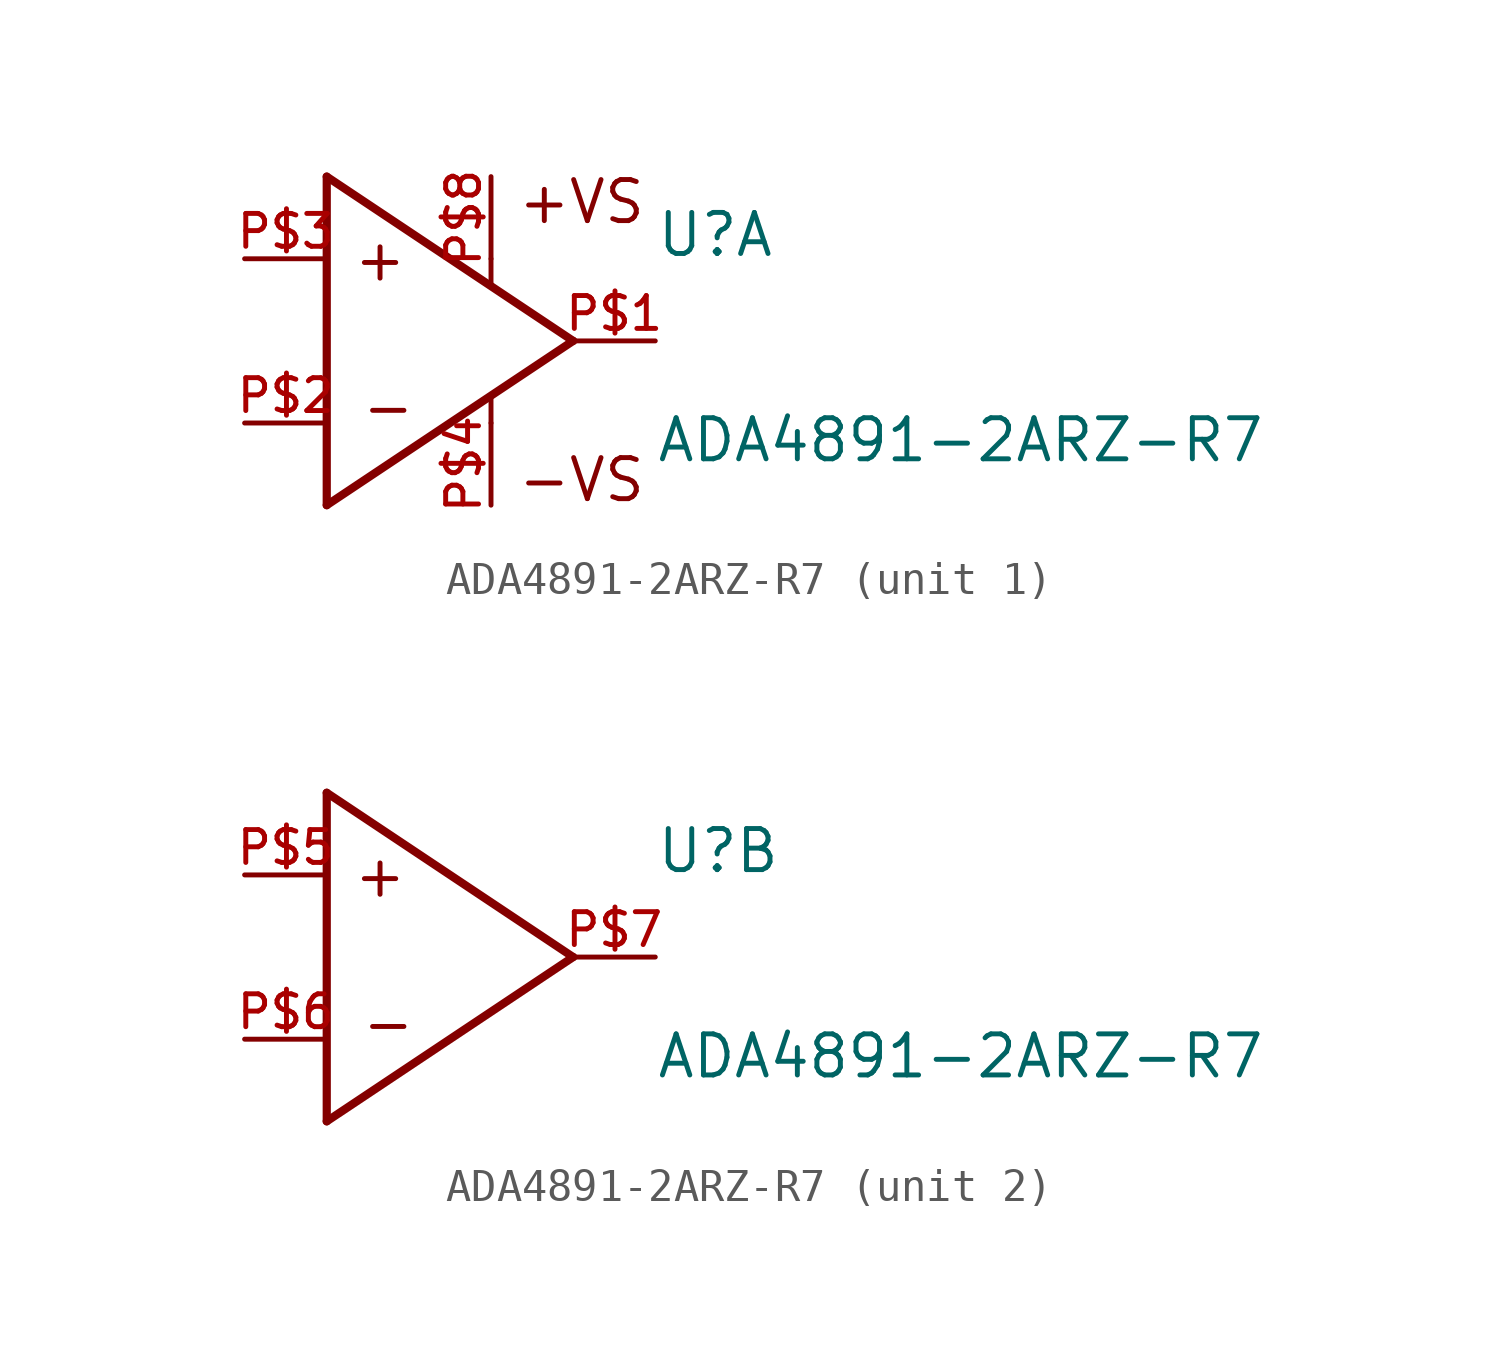
<source format=kicad_sym>
(kicad_symbol_lib
  (version 20211014)
  (generator kicad_symbol_editor)
  (symbol "ADA4891-2ARZ-R7"
    (pin_names
      (offset 1.016))
    (property "Reference" "U"
      (at 7.62 2.54 0)
      (effects (font (size 1.27 1.27)) (justify bottom left)))
    (property "Value" "ADA4891-2ARZ-R7"
      (at 7.62 -3.81 0)
      (effects (font (size 1.27 1.27)) (justify bottom left)))
    (symbol "ADA4891-2ARZ-R7_1_0"
      (polyline (pts (xy -2.54 5.08) (xy -2.54 -5.08)) (stroke (width 0.254)))
      (polyline (pts (xy -2.54 -5.08) (xy 5.08 0.0)) (stroke (width 0.254)))
      (polyline (pts (xy 5.08 0.0) (xy -2.54 5.08)) (stroke (width 0.254)))
      (polyline (pts (xy 2.54 2.54) (xy 2.54 1.778)) (stroke (width 0.152)))
      (polyline (pts (xy 2.54 -2.54) (xy 2.54 -1.778)) (stroke (width 0.152)))
      (text "+" (at -1.778 1.778 0) (effects (font (size 1.27 1.27)) (justify bottom left)))
      (text "-" (at -1.524 -2.794 0) (effects (font (size 1.27 1.27)) (justify bottom left)))
      (text "+VS" (at 3.302 3.556 0) (effects (font (size 1.27 1.27)) (justify bottom left)))
      (text "-VS" (at 3.302 -3.556 0) (effects (font (size 1.27 1.27)) (justify top left)))
      (pin input line (at -5.08 2.54 0) (length 2.54) (name "~" (effects (font (size 1.016 1.016)))) (number "P$3" (effects (font (size 1.016 1.016)))))
      (pin input line (at -5.08 -2.54 0) (length 2.54) (name "~" (effects (font (size 1.016 1.016)))) (number "P$2" (effects (font (size 1.016 1.016)))))
      (pin output line (at 7.62 0.0 180.0) (length 2.54) (name "~" (effects (font (size 1.016 1.016)))) (number "P$1" (effects (font (size 1.016 1.016)))))
      (pin input line (at 2.54 -5.08 90.0) (length 2.54) (name "~" (effects (font (size 1.016 1.016)))) (number "P$4" (effects (font (size 1.016 1.016)))))
      (pin input line (at 2.54 5.08 270.0) (length 2.54) (name "~" (effects (font (size 1.016 1.016)))) (number "P$8" (effects (font (size 1.016 1.016))))))
    (symbol "ADA4891-2ARZ-R7_2_0"
      (polyline (pts (xy -2.54 5.08) (xy -2.54 -5.08)) (stroke (width 0.254)))
      (polyline (pts (xy -2.54 -5.08) (xy 5.08 0.0)) (stroke (width 0.254)))
      (polyline (pts (xy 5.08 0.0) (xy -2.54 5.08)) (stroke (width 0.254)))
      (text "+" (at -1.778 1.778 0) (effects (font (size 1.27 1.27)) (justify bottom left)))
      (text "-" (at -1.524 -2.794 0) (effects (font (size 1.27 1.27)) (justify bottom left)))
      (pin input line (at -5.08 2.54 0) (length 2.54) (name "~" (effects (font (size 1.016 1.016)))) (number "P$5" (effects (font (size 1.016 1.016)))))
      (pin input line (at -5.08 -2.54 0) (length 2.54) (name "~" (effects (font (size 1.016 1.016)))) (number "P$6" (effects (font (size 1.016 1.016)))))
      (pin output line (at 7.62 0.0 180.0) (length 2.54) (name "~" (effects (font (size 1.016 1.016)))) (number "P$7" (effects (font (size 1.016 1.016))))))))
</source>
